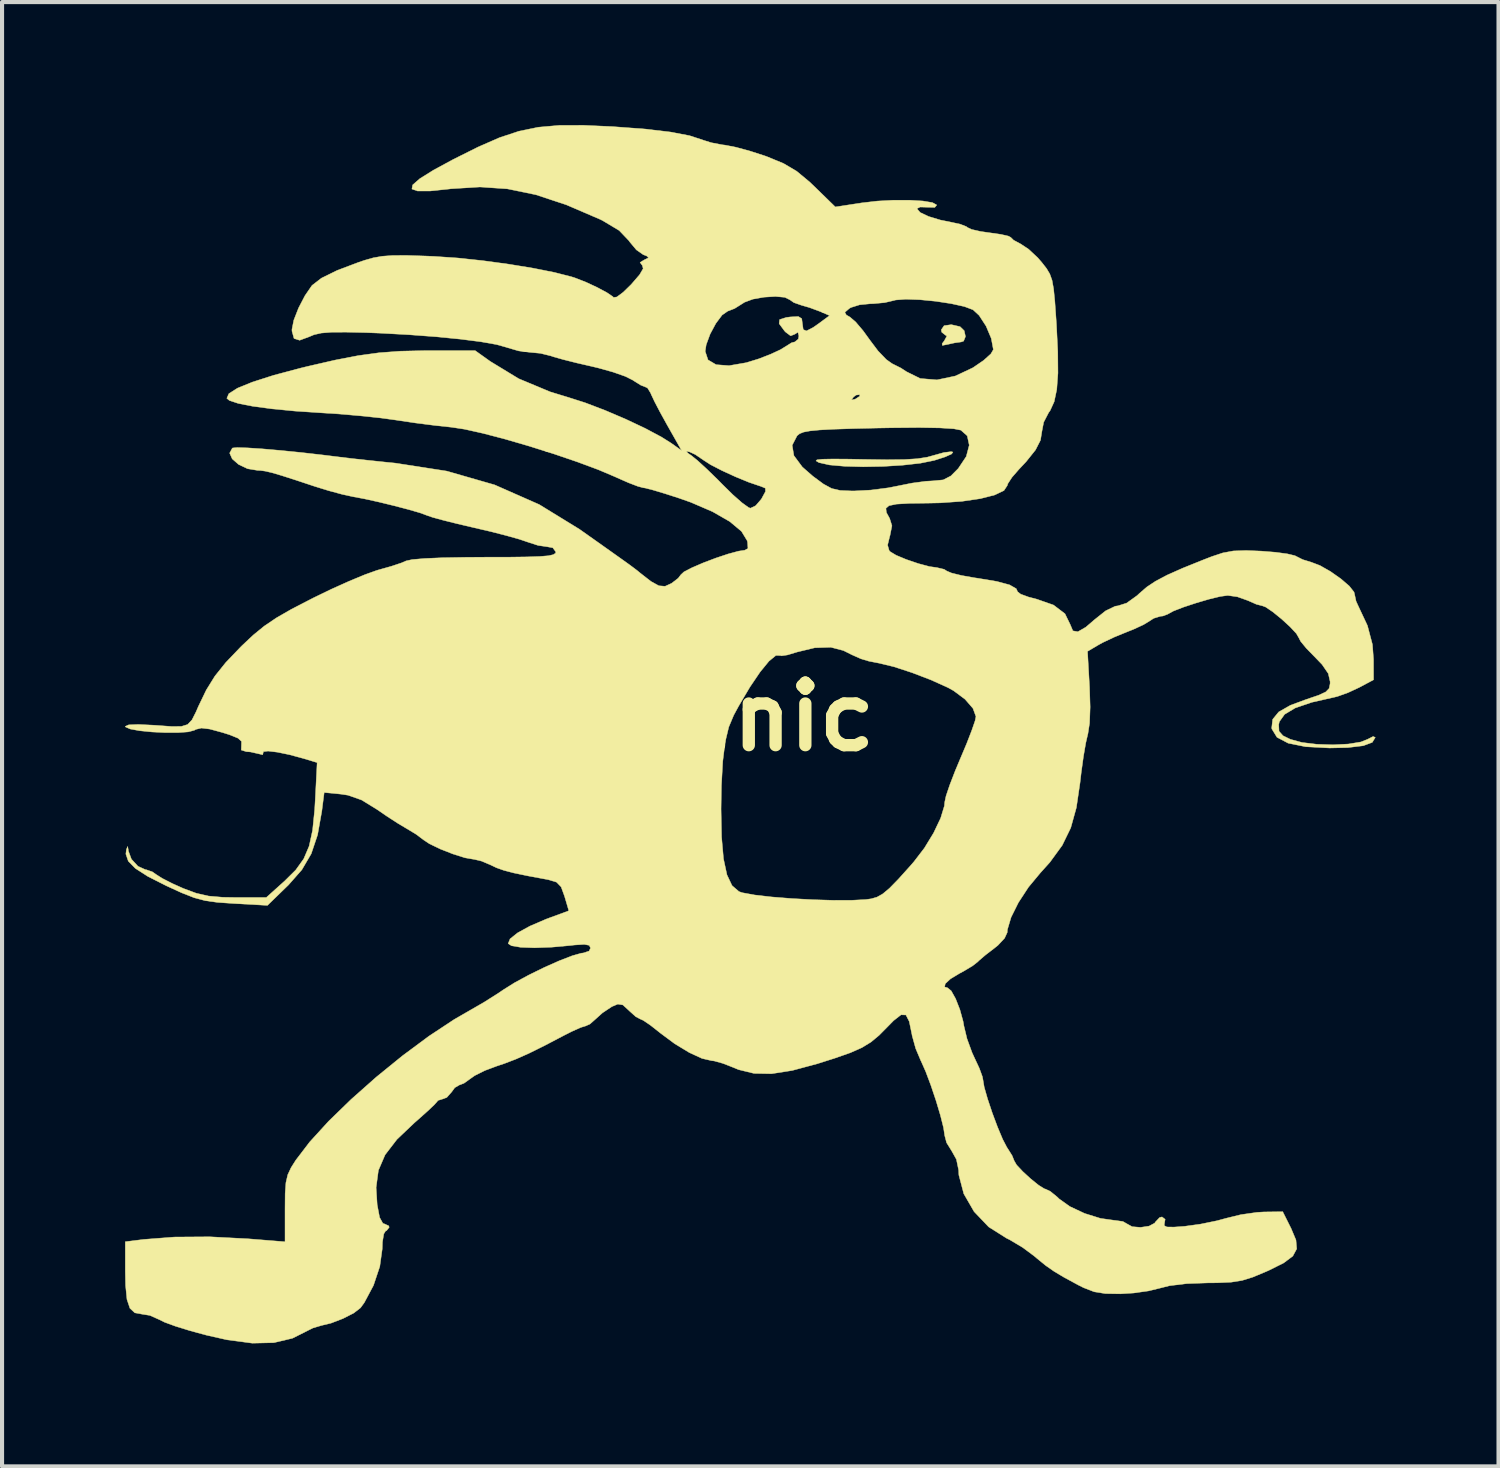
<source format=kicad_pcb>
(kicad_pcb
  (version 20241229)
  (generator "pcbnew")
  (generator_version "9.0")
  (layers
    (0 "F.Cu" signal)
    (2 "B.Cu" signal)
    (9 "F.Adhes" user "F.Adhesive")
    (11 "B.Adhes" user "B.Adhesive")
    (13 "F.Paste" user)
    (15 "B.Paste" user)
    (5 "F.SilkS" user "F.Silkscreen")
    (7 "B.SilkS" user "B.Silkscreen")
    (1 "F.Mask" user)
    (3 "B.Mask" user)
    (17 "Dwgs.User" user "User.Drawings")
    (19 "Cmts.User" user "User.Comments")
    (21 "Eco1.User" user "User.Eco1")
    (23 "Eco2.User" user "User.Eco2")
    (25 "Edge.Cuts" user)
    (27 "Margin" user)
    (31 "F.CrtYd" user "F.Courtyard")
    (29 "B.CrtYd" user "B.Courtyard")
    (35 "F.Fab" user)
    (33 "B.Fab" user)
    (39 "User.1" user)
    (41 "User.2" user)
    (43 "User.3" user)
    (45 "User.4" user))
  (footprint "sanic"
    (layer "F.Cu")
    (at 15.245 14.431)
    (property "Reference" "sanic" (at 0 0 0) (layer "F.SilkS") (effects (font (size 1.524 1.524) (thickness 0.3))))
    (attr through_hole)
    (fp_poly (pts (xy 5.115 -9.516) (xy 5.216 -9.418) (xy 5.247 -9.275) (xy 5.202 -9.164) (xy 5.144 -9.143) (xy 4.984 -9.121) (xy 4.826 -9.086) (xy 4.683 -9.058) (xy 4.678 -9.102) (xy 4.731 -9.172) (xy 4.793 -9.287) (xy 4.752 -9.313) (xy 4.667 -9.382) (xy 4.657 -9.44) (xy 4.726 -9.54) (xy 4.902 -9.565) (xy 5.115 -9.516)) (stroke (width 0.01) (type solid)) (fill yes) (layer "F.SilkS"))
    (fp_poly (pts (xy 4.941 -6.458) (xy 4.91 -6.412) (xy 4.75 -6.34) (xy 4.493 -6.257) (xy 4.481 -6.254) (xy 4.146 -6.186) (xy 3.718 -6.138) (xy 3.239 -6.108) (xy 2.753 -6.099) (xy 2.303 -6.111) (xy 1.931 -6.144) (xy 1.68 -6.2) (xy 1.666 -6.206) (xy 1.602 -6.244) (xy 1.627 -6.269) (xy 1.76 -6.284) (xy 2.016 -6.289) (xy 2.413 -6.286) (xy 2.767 -6.279) (xy 3.332 -6.271) (xy 3.757 -6.276) (xy 4.075 -6.296) (xy 4.314 -6.333) (xy 4.482 -6.38) (xy 4.722 -6.447) (xy 4.898 -6.468) (xy 4.941 -6.458)) (stroke (width 0.01) (type solid)) (fill yes) (layer "F.SilkS"))
    (fp_poly (pts (xy -3.356 -14.394) (xy -3.344 -14.393) (xy -2.566 -14.335) (xy -1.947 -14.262) (xy -1.48 -14.173) (xy -1.156 -14.067) (xy -1.143 -14.062) (xy -0.952 -14.002) (xy -0.686 -13.951) (xy -0.612 -13.942) (xy -0.354 -13.892) (xy -0.008 -13.798) (xy 0.357 -13.68) (xy 0.404 -13.663) (xy 0.809 -13.496) (xy 1.13 -13.307) (xy 1.445 -13.046) (xy 1.566 -12.93) (xy 2.074 -12.435) (xy 2.709 -12.533) (xy 3.094 -12.578) (xy 3.497 -12.6) (xy 3.881 -12.6) (xy 4.208 -12.58) (xy 4.442 -12.541) (xy 4.546 -12.483) (xy 4.546 -12.481) (xy 4.499 -12.424) (xy 4.32 -12.428) (xy 4.142 -12.433) (xy 4.064 -12.394) (xy 4.064 -12.392) (xy 4.141 -12.301) (xy 4.345 -12.204) (xy 4.635 -12.116) (xy 4.889 -12.065) (xy 5.121 -12.014) (xy 5.271 -11.955) (xy 5.294 -11.935) (xy 5.396 -11.887) (xy 5.615 -11.837) (xy 5.845 -11.804) (xy 6.111 -11.766) (xy 6.294 -11.724) (xy 6.35 -11.694) (xy 6.419 -11.626) (xy 6.585 -11.537) (xy 6.591 -11.534) (xy 6.786 -11.405) (xy 7.009 -11.197) (xy 7.111 -11.079) (xy 7.224 -10.934) (xy 7.303 -10.802) (xy 7.358 -10.648) (xy 7.396 -10.438) (xy 7.426 -10.137) (xy 7.456 -9.711) (xy 7.465 -9.578) (xy 7.498 -8.908) (xy 7.502 -8.383) (xy 7.473 -7.983) (xy 7.41 -7.686) (xy 7.312 -7.471) (xy 7.274 -7.418) (xy 7.154 -7.186) (xy 7.112 -6.969) (xy 7.076 -6.747) (xy 6.955 -6.51) (xy 6.728 -6.226) (xy 6.548 -6.034) (xy 6.381 -5.842) (xy 6.28 -5.687) (xy 6.265 -5.64) (xy 6.185 -5.519) (xy 5.958 -5.411) (xy 5.607 -5.322) (xy 5.157 -5.256) (xy 4.628 -5.219) (xy 4.339 -5.213) (xy 3.878 -5.207) (xy 3.566 -5.189) (xy 3.382 -5.151) (xy 3.307 -5.086) (xy 3.319 -4.984) (xy 3.399 -4.838) (xy 3.399 -4.837) (xy 3.454 -4.661) (xy 3.407 -4.425) (xy 3.401 -4.407) (xy 3.348 -4.19) (xy 3.386 -4.057) (xy 3.41 -4.03) (xy 3.556 -3.942) (xy 3.806 -3.838) (xy 4.097 -3.739) (xy 4.37 -3.666) (xy 4.55 -3.641) (xy 4.727 -3.599) (xy 4.79 -3.558) (xy 4.909 -3.508) (xy 5.149 -3.449) (xy 5.464 -3.393) (xy 5.546 -3.381) (xy 6.013 -3.303) (xy 6.322 -3.22) (xy 6.485 -3.127) (xy 6.519 -3.051) (xy 6.595 -2.993) (xy 6.789 -2.922) (xy 6.982 -2.872) (xy 7.394 -2.728) (xy 7.673 -2.516) (xy 7.802 -2.251) (xy 7.866 -2.099) (xy 7.988 -2.077) (xy 8.182 -2.189) (xy 8.389 -2.367) (xy 8.665 -2.587) (xy 8.898 -2.699) (xy 8.967 -2.709) (xy 9.178 -2.776) (xy 9.431 -2.958) (xy 9.493 -3.016) (xy 9.668 -3.167) (xy 9.883 -3.31) (xy 10.165 -3.459) (xy 10.543 -3.627) (xy 11.044 -3.829) (xy 11.253 -3.91) (xy 11.521 -3.999) (xy 11.779 -4.047) (xy 12.089 -4.058) (xy 12.459 -4.043) (xy 12.807 -4.015) (xy 13.096 -3.976) (xy 13.28 -3.932) (xy 13.313 -3.915) (xy 13.47 -3.836) (xy 13.674 -3.774) (xy 13.89 -3.692) (xy 14.147 -3.546) (xy 14.4 -3.368) (xy 14.606 -3.191) (xy 14.721 -3.045) (xy 14.732 -3.004) (xy 14.771 -2.822) (xy 14.813 -2.729) (xy 15.049 -2.226) (xy 15.17 -1.767) (xy 15.197 -1.405) (xy 15.198 -0.905) (xy 14.845 -0.717) (xy 14.574 -0.591) (xy 14.32 -0.5) (xy 14.252 -0.483) (xy 13.692 -0.356) (xy 13.288 -0.218) (xy 13.029 -0.063) (xy 12.901 0.116) (xy 12.885 0.188) (xy 12.893 0.349) (xy 12.99 0.459) (xy 13.171 0.547) (xy 13.45 0.623) (xy 13.813 0.667) (xy 14.209 0.68) (xy 14.585 0.661) (xy 14.89 0.611) (xy 15.052 0.546) (xy 15.187 0.477) (xy 15.24 0.5) (xy 15.167 0.621) (xy 14.946 0.703) (xy 14.569 0.748) (xy 14.124 0.758) (xy 13.542 0.727) (xy 13.116 0.641) (xy 12.843 0.497) (xy 12.719 0.295) (xy 12.714 0.268) (xy 12.738 0.059) (xy 12.885 -0.121) (xy 13.171 -0.284) (xy 13.552 -0.425) (xy 13.856 -0.528) (xy 14.032 -0.609) (xy 14.115 -0.695) (xy 14.138 -0.81) (xy 14.139 -0.859) (xy 14.094 -1.057) (xy 13.942 -1.278) (xy 13.758 -1.469) (xy 13.558 -1.674) (xy 13.42 -1.842) (xy 13.377 -1.926) (xy 13.316 -2.032) (xy 13.161 -2.198) (xy 12.955 -2.387) (xy 12.742 -2.56) (xy 12.567 -2.679) (xy 12.486 -2.709) (xy 12.341 -2.746) (xy 12.14 -2.835) (xy 12.138 -2.836) (xy 11.877 -2.929) (xy 11.642 -2.962) (xy 11.458 -2.937) (xy 11.183 -2.87) (xy 10.867 -2.777) (xy 10.561 -2.676) (xy 10.317 -2.581) (xy 10.185 -2.509) (xy 10.184 -2.507) (xy 10.061 -2.46) (xy 10.004 -2.455) (xy 9.836 -2.404) (xy 9.743 -2.343) (xy 9.589 -2.249) (xy 9.342 -2.135) (xy 9.188 -2.074) (xy 8.882 -1.949) (xy 8.594 -1.813) (xy 8.494 -1.758) (xy 8.223 -1.598) (xy 8.272 -0.73) (xy 8.287 -0.242) (xy 8.273 0.152) (xy 8.232 0.416) (xy 8.228 0.428) (xy 8.18 0.637) (xy 8.124 0.962) (xy 8.07 1.352) (xy 8.041 1.602) (xy 7.951 2.212) (xy 7.814 2.705) (xy 7.606 3.132) (xy 7.305 3.545) (xy 7.071 3.805) (xy 6.783 4.152) (xy 6.538 4.527) (xy 6.359 4.887) (xy 6.27 5.186) (xy 6.265 5.256) (xy 6.201 5.396) (xy 6.039 5.569) (xy 5.948 5.642) (xy 5.737 5.804) (xy 5.581 5.937) (xy 5.545 5.973) (xy 5.422 6.069) (xy 5.209 6.197) (xy 5.101 6.255) (xy 4.882 6.387) (xy 4.754 6.506) (xy 4.739 6.585) (xy 4.807 6.604) (xy 4.899 6.679) (xy 5.007 6.872) (xy 5.11 7.135) (xy 5.189 7.422) (xy 5.209 7.535) (xy 5.284 7.847) (xy 5.409 8.189) (xy 5.468 8.317) (xy 5.585 8.568) (xy 5.659 8.771) (xy 5.673 8.844) (xy 5.704 9.027) (xy 5.786 9.314) (xy 5.9 9.655) (xy 6.029 10) (xy 6.154 10.298) (xy 6.258 10.498) (xy 6.271 10.516) (xy 6.384 10.696) (xy 6.434 10.82) (xy 6.435 10.824) (xy 6.495 10.926) (xy 6.645 11.086) (xy 6.839 11.264) (xy 7.031 11.419) (xy 7.173 11.507) (xy 7.203 11.515) (xy 7.317 11.57) (xy 7.485 11.707) (xy 7.532 11.753) (xy 7.793 11.939) (xy 8.152 12.107) (xy 8.54 12.228) (xy 8.887 12.277) (xy 8.895 12.277) (xy 9.087 12.304) (xy 9.186 12.361) (xy 9.311 12.43) (xy 9.516 12.447) (xy 9.724 12.416) (xy 9.862 12.342) (xy 9.875 12.319) (xy 9.981 12.207) (xy 10.039 12.192) (xy 10.116 12.25) (xy 10.102 12.33) (xy 10.092 12.403) (xy 10.158 12.437) (xy 10.331 12.44) (xy 10.591 12.421) (xy 10.977 12.368) (xy 11.382 12.285) (xy 11.599 12.226) (xy 11.963 12.137) (xy 12.355 12.081) (xy 12.524 12.071) (xy 12.983 12.065) (xy 13.189 12.477) (xy 13.306 12.756) (xy 13.324 12.971) (xy 13.229 13.148) (xy 13.006 13.315) (xy 12.637 13.499) (xy 12.577 13.525) (xy 12.257 13.659) (xy 11.994 13.741) (xy 11.724 13.784) (xy 11.383 13.799) (xy 11.153 13.801) (xy 10.642 13.819) (xy 10.221 13.87) (xy 9.988 13.929) (xy 9.709 13.997) (xy 9.346 14.048) (xy 9.025 14.068) (xy 8.659 14.062) (xy 8.385 14.018) (xy 8.127 13.918) (xy 8.001 13.855) (xy 7.654 13.667) (xy 7.406 13.519) (xy 7.204 13.378) (xy 6.995 13.208) (xy 6.926 13.149) (xy 6.644 12.939) (xy 6.329 12.751) (xy 6.248 12.711) (xy 5.814 12.437) (xy 5.457 12.063) (xy 5.206 11.628) (xy 5.086 11.172) (xy 5.08 11.049) (xy 5.026 10.789) (xy 4.911 10.583) (xy 4.787 10.384) (xy 4.741 10.21) (xy 4.712 10.017) (xy 4.636 9.715) (xy 4.528 9.354) (xy 4.403 8.982) (xy 4.277 8.647) (xy 4.167 8.399) (xy 4.158 8.382) (xy 4.034 8.088) (xy 3.946 7.771) (xy 3.942 7.745) (xy 3.876 7.426) (xy 3.795 7.268) (xy 3.676 7.264) (xy 3.494 7.406) (xy 3.353 7.55) (xy 3.14 7.765) (xy 2.941 7.93) (xy 2.72 8.065) (xy 2.44 8.189) (xy 2.063 8.321) (xy 1.638 8.456) (xy 1.021 8.622) (xy 0.516 8.701) (xy 0.091 8.693) (xy -0.286 8.601) (xy -0.411 8.549) (xy -0.667 8.449) (xy -0.882 8.389) (xy -0.944 8.382) (xy -1.177 8.328) (xy -1.491 8.183) (xy -1.845 7.968) (xy -2.195 7.708) (xy -2.213 7.693) (xy -2.434 7.519) (xy -2.609 7.4) (xy -2.685 7.366) (xy -2.792 7.31) (xy -2.946 7.172) (xy -2.96 7.158) (xy -3.108 7.023) (xy -3.231 7.003) (xy -3.377 7.065) (xy -3.605 7.217) (xy -3.76 7.357) (xy -3.908 7.488) (xy -4.014 7.536) (xy -4.135 7.573) (xy -4.35 7.669) (xy -4.53 7.76) (xy -5.019 8.016) (xy -5.401 8.205) (xy -5.714 8.344) (xy -5.996 8.452) (xy -6.181 8.514) (xy -6.472 8.623) (xy -6.719 8.746) (xy -6.821 8.818) (xy -6.983 8.934) (xy -7.093 8.975) (xy -7.206 9.041) (xy -7.281 9.144) (xy -7.4 9.279) (xy -7.489 9.313) (xy -7.614 9.352) (xy -7.634 9.377) (xy -7.707 9.459) (xy -7.878 9.62) (xy -8.112 9.829) (xy -8.19 9.897) (xy -8.617 10.303) (xy -8.905 10.678) (xy -9.068 11.057) (xy -9.124 11.476) (xy -9.098 11.894) (xy -9.039 12.204) (xy -8.959 12.349) (xy -8.923 12.361) (xy -8.816 12.41) (xy -8.805 12.446) (xy -8.87 12.528) (xy -8.89 12.531) (xy -8.937 12.607) (xy -8.969 12.803) (xy -8.975 12.975) (xy -9.034 13.401) (xy -9.188 13.862) (xy -9.41 14.279) (xy -9.504 14.409) (xy -9.668 14.536) (xy -9.93 14.67) (xy -10.224 14.783) (xy -10.456 14.839) (xy -10.665 14.901) (xy -10.753 14.945) (xy -11.163 15.151) (xy -11.618 15.259) (xy -12.142 15.271) (xy -12.764 15.188) (xy -13.264 15.075) (xy -13.662 14.967) (xy -14.015 14.858) (xy -14.28 14.761) (xy -14.405 14.699) (xy -14.64 14.594) (xy -14.833 14.563) (xy -15.008 14.531) (xy -15.127 14.42) (xy -15.199 14.205) (xy -15.233 13.864) (xy -15.24 13.516) (xy -15.24 12.797) (xy -14.792 12.741) (xy -14.042 12.683) (xy -13.18 12.677) (xy -12.253 12.725) (xy -12.213 12.728) (xy -11.345 12.798) (xy -11.345 12.002) (xy -11.342 11.619) (xy -11.323 11.356) (xy -11.278 11.163) (xy -11.197 10.99) (xy -11.085 10.812) (xy -10.743 10.364) (xy -10.283 9.86) (xy -9.732 9.325) (xy -9.122 8.784) (xy -8.48 8.262) (xy -7.837 7.785) (xy -7.221 7.378) (xy -6.826 7.15) (xy -6.5 6.962) (xy -6.153 6.743) (xy -6.022 6.654) (xy -5.748 6.482) (xy -5.401 6.294) (xy -5.024 6.109) (xy -4.657 5.946) (xy -4.342 5.824) (xy -4.119 5.761) (xy -4.075 5.757) (xy -3.931 5.71) (xy -3.895 5.636) (xy -3.927 5.57) (xy -4.047 5.547) (xy -4.288 5.562) (xy -4.381 5.573) (xy -4.845 5.615) (xy -5.26 5.63) (xy -5.596 5.618) (xy -5.821 5.581) (xy -5.904 5.527) (xy -5.858 5.413) (xy -5.673 5.265) (xy -5.372 5.1) (xy -4.979 4.931) (xy -4.901 4.902) (xy -4.425 4.727) (xy -4.529 4.374) (xy -4.612 4.146) (xy -4.724 4.03) (xy -4.921 3.97) (xy -4.962 3.962) (xy -5.431 3.875) (xy -5.767 3.805) (xy -6.008 3.742) (xy -6.189 3.678) (xy -6.325 3.613) (xy -6.55 3.517) (xy -6.737 3.472) (xy -6.749 3.471) (xy -6.957 3.435) (xy -7.249 3.343) (xy -7.56 3.221) (xy -7.825 3.093) (xy -7.964 3.001) (xy -8.147 2.863) (xy -8.377 2.724) (xy -8.379 2.723) (xy -8.589 2.598) (xy -8.869 2.417) (xy -9.108 2.252) (xy -9.122 2.244) (xy -0.713 2.244) (xy -0.7 2.929) (xy -0.653 3.461) (xy -0.569 3.851) (xy -0.445 4.113) (xy -0.277 4.258) (xy -0.199 4.286) (xy 0.105 4.342) (xy 0.523 4.39) (xy 1.012 4.429) (xy 1.529 4.457) (xy 2.031 4.472) (xy 2.475 4.471) (xy 2.818 4.453) (xy 2.948 4.435) (xy 3.09 4.394) (xy 3.23 4.315) (xy 3.394 4.178) (xy 3.608 3.959) (xy 3.898 3.637) (xy 3.99 3.531) (xy 4.246 3.197) (xy 4.471 2.827) (xy 4.642 2.468) (xy 4.733 2.169) (xy 4.741 2.078) (xy 4.774 1.925) (xy 4.864 1.659) (xy 4.995 1.319) (xy 5.122 1.016) (xy 5.276 0.651) (xy 5.4 0.331) (xy 5.481 0.096) (xy 5.503 -0.008) (xy 5.43 -0.208) (xy 5.236 -0.431) (xy 4.957 -0.639) (xy 4.826 -0.712) (xy 4.408 -0.901) (xy 3.946 -1.078) (xy 3.503 -1.223) (xy 3.143 -1.31) (xy 3.132 -1.312) (xy 2.891 -1.359) (xy 2.698 -1.417) (xy 2.48 -1.514) (xy 2.271 -1.618) (xy 1.965 -1.698) (xy 1.573 -1.686) (xy 1.149 -1.584) (xy 1.129 -1.578) (xy 0.907 -1.511) (xy 0.759 -1.489) (xy 0.733 -1.497) (xy 0.624 -1.498) (xy 0.456 -1.36) (xy 0.242 -1.099) (xy -0.008 -0.73) (xy -0.282 -0.267) (xy -0.404 -0.042) (xy -0.525 0.247) (xy -0.613 0.613) (xy -0.671 1.081) (xy -0.704 1.673) (xy -0.713 2.244) (xy -9.122 2.244) (xy -9.477 2.026) (xy -9.81 1.909) (xy -9.982 1.883) (xy -10.39 1.843) (xy -10.448 2.298) (xy -10.551 2.876) (xy -10.706 3.337) (xy -10.935 3.728) (xy -11.261 4.098) (xy -11.285 4.121) (xy -11.774 4.596) (xy -12.597 4.55) (xy -12.989 4.523) (xy -13.29 4.481) (xy -13.563 4.408) (xy -13.868 4.288) (xy -14.241 4.117) (xy -14.691 3.889) (xy -14.994 3.694) (xy -15.167 3.517) (xy -15.226 3.343) (xy -15.213 3.234) (xy -15.182 3.158) (xy -15.167 3.243) (xy -15.165 3.268) (xy -15.091 3.468) (xy -14.931 3.642) (xy -14.748 3.725) (xy -14.732 3.725) (xy -14.579 3.778) (xy -14.485 3.844) (xy -14.339 3.937) (xy -14.092 4.063) (xy -13.824 4.183) (xy -13.508 4.3) (xy -13.21 4.368) (xy -12.864 4.398) (xy -12.549 4.403) (xy -11.801 4.403) (xy -11.353 4) (xy -11.083 3.732) (xy -10.889 3.461) (xy -10.757 3.151) (xy -10.673 2.764) (xy -10.622 2.261) (xy -10.608 2.018) (xy -10.562 1.114) (xy -10.89 1.015) (xy -11.233 0.922) (xy -11.533 0.86) (xy -11.758 0.833) (xy -11.874 0.847) (xy -11.878 0.875) (xy -11.891 0.923) (xy -11.973 0.903) (xy -12.189 0.854) (xy -12.289 0.847) (xy -12.412 0.808) (xy -12.408 0.691) (xy -12.406 0.597) (xy -12.491 0.519) (xy -12.692 0.437) (xy -12.876 0.379) (xy -13.183 0.296) (xy -13.382 0.272) (xy -13.519 0.304) (xy -13.557 0.326) (xy -13.705 0.365) (xy -13.956 0.383) (xy -14.266 0.383) (xy -14.593 0.367) (xy -14.892 0.337) (xy -15.12 0.295) (xy -15.234 0.245) (xy -15.24 0.231) (xy -15.159 0.194) (xy -14.924 0.184) (xy -14.55 0.202) (xy -14.487 0.206) (xy -14.116 0.233) (xy -13.873 0.232) (xy -13.72 0.185) (xy -13.614 0.073) (xy -13.516 -0.121) (xy -13.459 -0.253) (xy -13.266 -0.654) (xy -13.055 -0.995) (xy -12.789 -1.327) (xy -12.428 -1.704) (xy -12.396 -1.736) (xy -12.118 -1.997) (xy -11.851 -2.215) (xy -11.555 -2.415) (xy -11.188 -2.626) (xy -10.71 -2.873) (xy -10.66 -2.899) (xy -10.216 -3.114) (xy -9.78 -3.31) (xy -9.397 -3.469) (xy -9.107 -3.573) (xy -9.044 -3.591) (xy -8.749 -3.674) (xy -8.501 -3.757) (xy -8.394 -3.804) (xy -8.244 -3.837) (xy -7.942 -3.863) (xy -7.502 -3.882) (xy -6.939 -3.892) (xy -6.483 -3.895) (xy -5.889 -3.896) (xy -5.445 -3.902) (xy -5.129 -3.913) (xy -4.921 -3.93) (xy -4.802 -3.957) (xy -4.749 -3.993) (xy -4.741 -4.022) (xy -4.815 -4.124) (xy -4.95 -4.149) (xy -5.175 -4.182) (xy -5.429 -4.264) (xy -5.437 -4.267) (xy -5.629 -4.332) (xy -5.942 -4.42) (xy -6.332 -4.52) (xy -6.731 -4.613) (xy -7.136 -4.708) (xy -7.489 -4.796) (xy -7.752 -4.868) (xy -7.888 -4.915) (xy -7.888 -4.915) (xy -8.047 -4.974) (xy -8.325 -5.055) (xy -8.676 -5.147) (xy -9.053 -5.239) (xy -9.41 -5.318) (xy -9.694 -5.371) (xy -9.95 -5.427) (xy -10.29 -5.519) (xy -10.626 -5.623) (xy -11.093 -5.778) (xy -11.43 -5.886) (xy -11.665 -5.955) (xy -11.828 -5.993) (xy -11.946 -6.009) (xy -12.012 -6.011) (xy -12.259 -6.052) (xy -12.476 -6.155) (xy -12.633 -6.292) (xy -12.695 -6.433) (xy -12.633 -6.55) (xy -12.622 -6.558) (xy -12.509 -6.568) (xy -12.256 -6.56) (xy -11.893 -6.536) (xy -11.447 -6.497) (xy -10.948 -6.447) (xy -10.423 -6.387) (xy -10.075 -6.344) (xy -9.74 -6.303) (xy -9.308 -6.256) (xy -8.853 -6.208) (xy -8.659 -6.189) (xy -7.402 -5.994) (xy -6.234 -5.658) (xy -5.146 -5.178) (xy -4.167 -4.577) (xy -3.707 -4.252) (xy -3.366 -4.01) (xy -3.121 -3.836) (xy -2.952 -3.715) (xy -2.839 -3.631) (xy -2.76 -3.571) (xy -2.696 -3.518) (xy -2.694 -3.516) (xy -2.422 -3.304) (xy -2.23 -3.198) (xy -2.078 -3.185) (xy -1.927 -3.254) (xy -1.911 -3.264) (xy -1.758 -3.382) (xy -1.693 -3.467) (xy -1.693 -3.467) (xy -1.619 -3.536) (xy -1.425 -3.637) (xy -1.152 -3.755) (xy -0.844 -3.872) (xy -0.541 -3.973) (xy -0.286 -4.042) (xy -0.137 -4.064) (xy -0.057 -4.107) (xy -0.067 -4.26) (xy -0.076 -4.297) (xy -0.214 -4.524) (xy -0.501 -4.764) (xy -0.919 -5.004) (xy -1.45 -5.233) (xy -1.734 -5.333) (xy -2.078 -5.444) (xy -2.368 -5.531) (xy -2.562 -5.581) (xy -2.611 -5.588) (xy -2.74 -5.622) (xy -2.972 -5.711) (xy -3.261 -5.838) (xy -3.288 -5.851) (xy -3.703 -6.027) (xy -4.217 -6.218) (xy -4.792 -6.414) (xy -4.999 -6.479) (xy -1.568 -6.479) (xy -1.513 -6.425) (xy -1.439 -6.375) (xy -1.286 -6.251) (xy -1.057 -6.041) (xy -0.791 -5.782) (xy -0.677 -5.666) (xy -0.423 -5.416) (xy -0.2 -5.22) (xy -0.042 -5.106) (xy 0.003 -5.089) (xy 0.131 -5.15) (xy 0.268 -5.309) (xy 0.279 -5.328) (xy 0.371 -5.497) (xy 0.367 -5.577) (xy 0.257 -5.623) (xy 0.234 -5.63) (xy -0.036 -5.722) (xy -0.362 -5.856) (xy -0.691 -6.007) (xy -0.968 -6.15) (xy -1.141 -6.262) (xy -1.143 -6.263) (xy -1.341 -6.398) (xy -1.482 -6.463) (xy -1.568 -6.479) (xy -4.999 -6.479) (xy -5.392 -6.603) (xy -5.98 -6.774) (xy -6.519 -6.915) (xy -6.971 -7.016) (xy -7.281 -7.063) (xy -7.69 -7.107) (xy -8.167 -7.168) (xy -8.612 -7.234) (xy -8.636 -7.238) (xy -9.016 -7.29) (xy -9.5 -7.341) (xy -10.022 -7.386) (xy -10.454 -7.414) (xy -11.098 -7.457) (xy -11.664 -7.512) (xy -12.133 -7.575) (xy -12.485 -7.644) (xy -12.702 -7.716) (xy -12.764 -7.768) (xy -12.715 -7.882) (xy -12.505 -8.016) (xy -12.139 -8.165) (xy -11.624 -8.33) (xy -10.966 -8.505) (xy -10.795 -8.547) (xy -10.123 -8.701) (xy -9.558 -8.81) (xy -9.047 -8.88) (xy -8.536 -8.918) (xy -7.973 -8.931) (xy -7.863 -8.932) (xy -6.709 -8.932) (xy -6.339 -8.668) (xy -5.647 -8.247) (xy -4.878 -7.926) (xy -4.445 -7.794) (xy -4.028 -7.661) (xy -3.543 -7.476) (xy -3.039 -7.261) (xy -2.562 -7.036) (xy -2.163 -6.823) (xy -1.936 -6.68) (xy -1.673 -6.494) (xy -1.747 -6.624) (xy 1.021 -6.624) (xy 1.063 -6.372) (xy 1.269 -6.094) (xy 1.524 -5.871) (xy 1.785 -5.678) (xy 1.984 -5.57) (xy 2.191 -5.522) (xy 2.474 -5.51) (xy 2.54 -5.51) (xy 2.938 -5.531) (xy 3.365 -5.586) (xy 3.598 -5.632) (xy 3.942 -5.701) (xy 4.28 -5.746) (xy 4.457 -5.756) (xy 4.705 -5.78) (xy 4.891 -5.876) (xy 5.071 -6.057) (xy 5.266 -6.349) (xy 5.339 -6.626) (xy 5.29 -6.854) (xy 5.135 -6.992) (xy 4.963 -7.026) (xy 4.624 -7.047) (xy 4.119 -7.056) (xy 3.451 -7.05) (xy 3.107 -7.044) (xy 2.496 -7.03) (xy 2.032 -7.015) (xy 1.693 -6.997) (xy 1.457 -6.974) (xy 1.301 -6.945) (xy 1.203 -6.906) (xy 1.14 -6.855) (xy 1.14 -6.854) (xy 1.021 -6.624) (xy -1.747 -6.624) (xy -2.028 -7.12) (xy -2.197 -7.426) (xy -2.335 -7.69) (xy -2.353 -7.729) (xy 2.464 -7.729) (xy 2.549 -7.746) (xy 2.565 -7.752) (xy 2.668 -7.82) (xy 2.669 -7.858) (xy 2.58 -7.848) (xy 2.517 -7.8) (xy 2.464 -7.729) (xy -2.353 -7.729) (xy -2.418 -7.866) (xy -2.429 -7.895) (xy -2.505 -8.02) (xy -2.553 -8.043) (xy -2.67 -8.089) (xy -2.848 -8.2) (xy -2.861 -8.21) (xy -3.046 -8.303) (xy -3.345 -8.408) (xy -3.706 -8.509) (xy -3.861 -8.546) (xy -4.231 -8.631) (xy -4.561 -8.714) (xy -4.801 -8.782) (xy -4.862 -8.803) (xy -5.118 -8.866) (xy -5.372 -8.89) (xy -5.575 -8.915) (xy -1.1 -8.915) (xy -1.031 -8.706) (xy -0.833 -8.589) (xy -0.518 -8.565) (xy -0.1 -8.637) (xy 0.206 -8.731) (xy 0.497 -8.844) (xy 0.736 -8.955) (xy 0.853 -9.027) (xy 1.007 -9.124) (xy 1.086 -9.144) (xy 1.171 -9.213) (xy 1.185 -9.288) (xy 1.162 -9.381) (xy 1.087 -9.333) (xy 0.984 -9.292) (xy 0.857 -9.387) (xy 0.833 -9.414) (xy 0.704 -9.589) (xy 0.714 -9.688) (xy 0.876 -9.74) (xy 0.974 -9.753) (xy 1.173 -9.763) (xy 1.255 -9.711) (xy 1.27 -9.593) (xy 1.291 -9.445) (xy 1.37 -9.412) (xy 1.533 -9.496) (xy 1.67 -9.592) (xy 1.933 -9.786) (xy 1.749 -9.866) (xy 2.306 -9.866) (xy 2.341 -9.801) (xy 2.43 -9.75) (xy 2.567 -9.633) (xy 2.749 -9.419) (xy 2.92 -9.183) (xy 3.116 -8.923) (xy 3.316 -8.715) (xy 3.458 -8.614) (xy 3.672 -8.507) (xy 3.81 -8.417) (xy 4.144 -8.252) (xy 4.552 -8.218) (xy 5.001 -8.313) (xy 5.429 -8.515) (xy 5.689 -8.693) (xy 5.866 -8.852) (xy 5.927 -8.957) (xy 5.876 -9.229) (xy 5.749 -9.53) (xy 5.58 -9.79) (xy 5.432 -9.927) (xy 5.222 -10.006) (xy 4.901 -10.077) (xy 4.522 -10.135) (xy 4.134 -10.173) (xy 3.791 -10.185) (xy 3.544 -10.166) (xy 3.492 -10.152) (xy 3.277 -10.102) (xy 2.997 -10.076) (xy 2.932 -10.075) (xy 2.666 -10.049) (xy 2.452 -9.982) (xy 2.414 -9.959) (xy 2.306 -9.866) (xy 1.749 -9.866) (xy 1.707 -9.884) (xy 1.445 -9.981) (xy 1.248 -10.038) (xy 1.062 -10.103) (xy 0.968 -10.169) (xy 0.844 -10.231) (xy 0.614 -10.252) (xy 0.335 -10.235) (xy 0.064 -10.187) (xy -0.143 -10.11) (xy -0.179 -10.086) (xy -0.383 -9.958) (xy -0.55 -9.894) (xy -0.687 -9.799) (xy -0.84 -9.595) (xy -0.979 -9.336) (xy -1.075 -9.076) (xy -1.1 -8.915) (xy -5.575 -8.915) (xy -5.65 -8.925) (xy -5.935 -9.008) (xy -5.944 -9.012) (xy -6.187 -9.08) (xy -6.572 -9.148) (xy -7.074 -9.212) (xy -7.666 -9.27) (xy -8.323 -9.319) (xy -9.017 -9.357) (xy -9.372 -9.371) (xy -9.86 -9.382) (xy -10.211 -9.38) (xy -10.459 -9.36) (xy -10.636 -9.32) (xy -10.751 -9.272) (xy -10.988 -9.184) (xy -11.125 -9.227) (xy -11.175 -9.406) (xy -11.176 -9.449) (xy -11.131 -9.675) (xy -11.015 -9.971) (xy -10.858 -10.273) (xy -10.691 -10.516) (xy -10.681 -10.526) (xy -10.457 -10.699) (xy -10.075 -10.887) (xy -9.549 -11.086) (xy -9.403 -11.135) (xy -9.192 -11.195) (xy -8.975 -11.233) (xy -8.714 -11.252) (xy -8.372 -11.253) (xy -7.913 -11.238) (xy -7.703 -11.229) (xy -7.143 -11.191) (xy -6.528 -11.126) (xy -5.9 -11.041) (xy -5.301 -10.943) (xy -4.774 -10.838) (xy -4.362 -10.733) (xy -4.274 -10.705) (xy -4.01 -10.602) (xy -3.735 -10.474) (xy -3.499 -10.348) (xy -3.353 -10.249) (xy -3.334 -10.228) (xy -3.254 -10.24) (xy -3.098 -10.356) (xy -2.905 -10.544) (xy -2.699 -10.783) (xy -2.612 -10.932) (xy -2.634 -11.012) (xy -2.638 -11.015) (xy -2.688 -11.082) (xy -2.588 -11.143) (xy -2.482 -11.195) (xy -2.525 -11.239) (xy -2.611 -11.272) (xy -2.777 -11.388) (xy -2.94 -11.583) (xy -2.957 -11.609) (xy -3.197 -11.861) (xy -3.605 -12.105) (xy -3.656 -12.13) (xy -4.486 -12.487) (xy -5.23 -12.733) (xy -5.923 -12.876) (xy -6.6 -12.922) (xy -7.297 -12.878) (xy -7.364 -12.87) (xy -7.816 -12.823) (xy -8.112 -12.823) (xy -8.251 -12.872) (xy -8.233 -12.972) (xy -8.058 -13.125) (xy -7.725 -13.333) (xy -7.247 -13.592) (xy -6.636 -13.897) (xy -6.115 -14.125) (xy -5.641 -14.282) (xy -5.17 -14.379) (xy -4.661 -14.424) (xy -4.071 -14.426) (xy -3.356 -14.394)) (stroke (width 0.01) (type solid)) (fill yes) (layer "F.SilkS")))
  (gr_rect
    (start -3 -3)
    (end 33.49 32.707)
    (stroke (width 0.1) (type default))
    (fill no)
    (layer "Edge.Cuts")))
</source>
